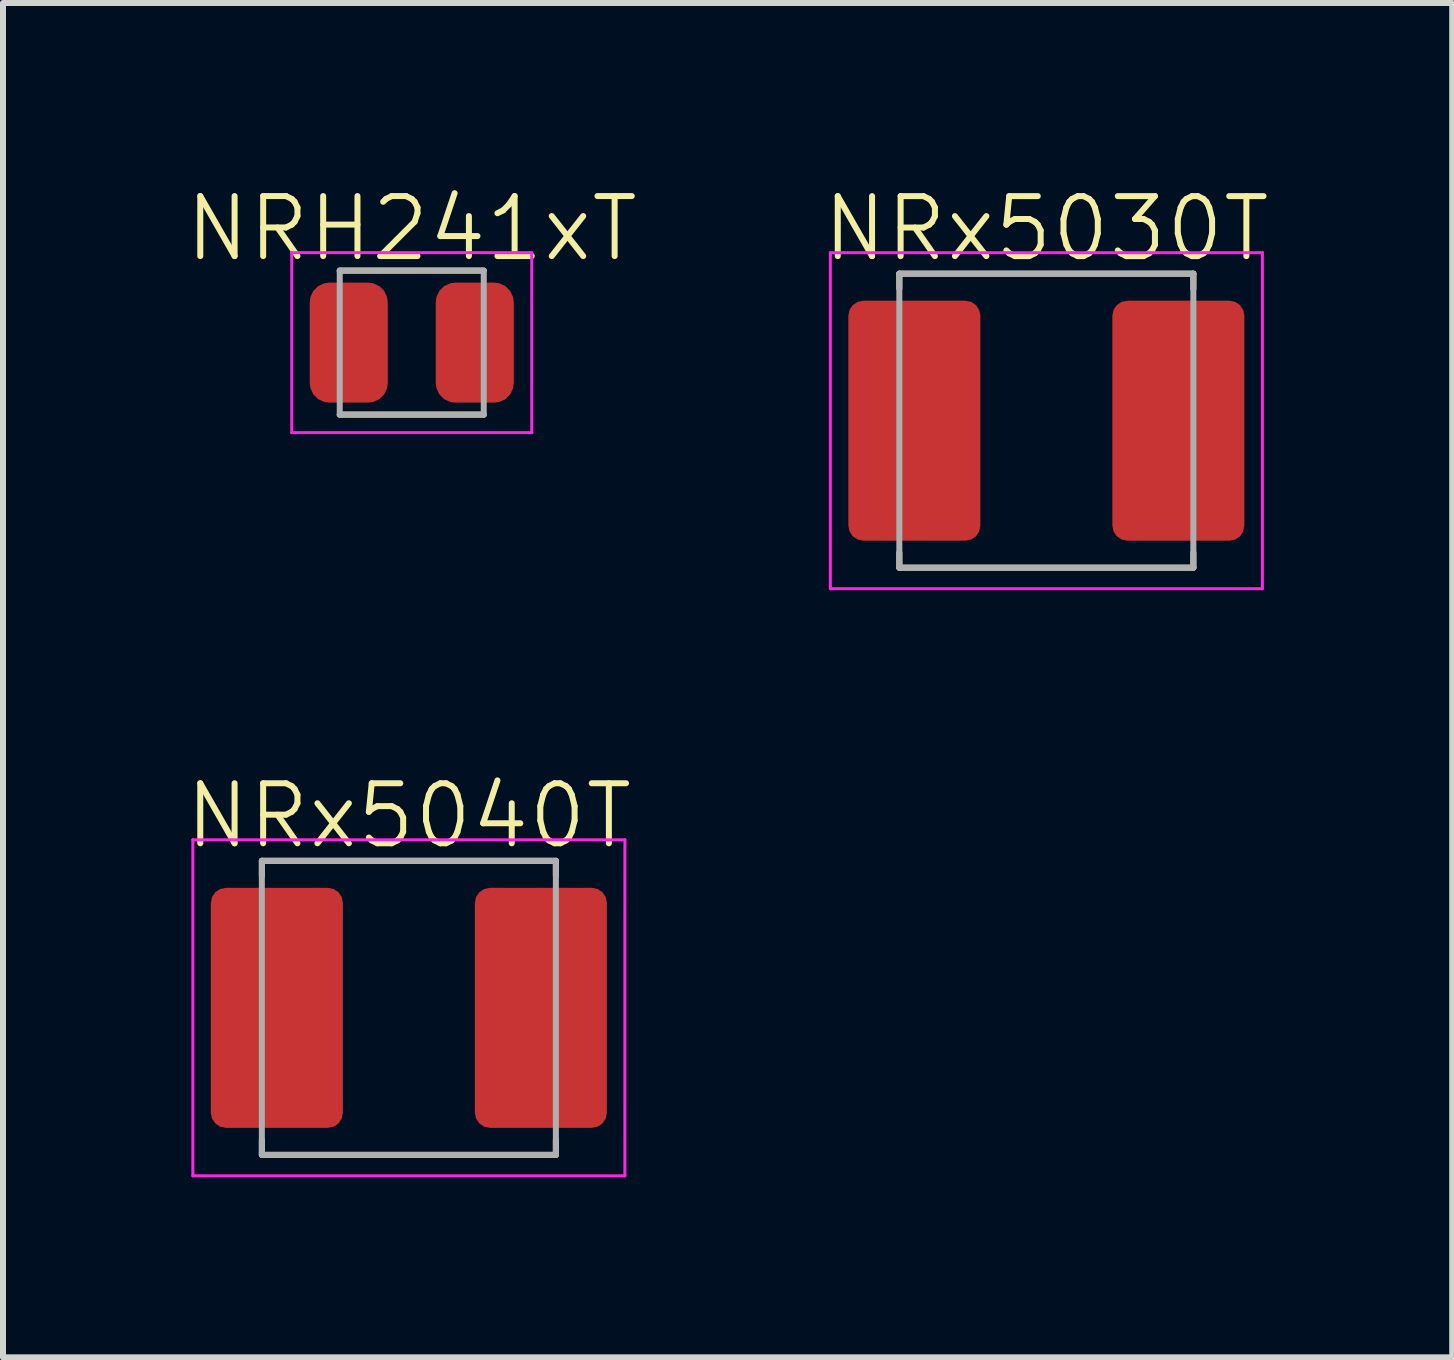
<source format=kicad_pcb>
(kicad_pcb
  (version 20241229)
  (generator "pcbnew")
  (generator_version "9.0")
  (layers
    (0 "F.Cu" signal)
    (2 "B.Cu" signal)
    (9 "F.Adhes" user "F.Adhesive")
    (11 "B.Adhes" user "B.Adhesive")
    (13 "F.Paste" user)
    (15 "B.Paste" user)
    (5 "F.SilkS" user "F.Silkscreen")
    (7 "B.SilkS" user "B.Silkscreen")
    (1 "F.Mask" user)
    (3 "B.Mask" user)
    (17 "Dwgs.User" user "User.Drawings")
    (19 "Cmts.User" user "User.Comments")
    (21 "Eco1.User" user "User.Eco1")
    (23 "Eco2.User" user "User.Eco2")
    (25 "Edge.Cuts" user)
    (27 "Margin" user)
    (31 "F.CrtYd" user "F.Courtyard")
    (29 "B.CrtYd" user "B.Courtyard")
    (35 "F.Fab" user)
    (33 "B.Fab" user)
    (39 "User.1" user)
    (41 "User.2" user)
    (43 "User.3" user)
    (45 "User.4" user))
  (footprint "NRx5030T"
    (layer "F.Cu")
    (at 14.388 3.961)
    (property "Reference" "NRx5030T" (at 0 -3.2 0) (unlocked yes) (layer "F.SilkS") (effects (font (size 1 1) (thickness 0.1))))
    (attr smd)
    (fp_line (start -2.45 -2.45) (end 2.45 -2.45) (stroke (width 0.1) (type solid)) (layer "F.SilkS"))
    (fp_line (start -2.45 -2.2) (end -2.45 -2.45) (stroke (width 0.1) (type solid)) (layer "F.SilkS"))
    (fp_line (start -2.45 2.2) (end -2.45 2.45) (stroke (width 0.1) (type solid)) (layer "F.SilkS"))
    (fp_line (start -2.45 2.45) (end 2.45 2.45) (stroke (width 0.1) (type solid)) (layer "F.SilkS"))
    (fp_line (start 2.45 -2.45) (end 2.45 -2.2) (stroke (width 0.1) (type solid)) (layer "F.SilkS"))
    (fp_line (start 2.45 2.45) (end 2.45 2.2) (stroke (width 0.1) (type solid)) (layer "F.SilkS"))
    (fp_rect (start -1.15 -1.15) (end -1.35 -0.95) (stroke (width 0.1) (type solid)) (fill yes) (layer "F.Paste"))
    (fp_rect (start -1.15 0.95) (end -1.35 1.15) (stroke (width 0.1) (type solid)) (fill yes) (layer "F.Paste"))
    (fp_rect (start 1.35 -1.15) (end 1.15 -0.95) (stroke (width 0.1) (type solid)) (fill yes) (layer "F.Paste"))
    (fp_rect (start 1.35 0.95) (end 1.15 1.15) (stroke (width 0.1) (type solid)) (fill yes) (layer "F.Paste"))
    (fp_poly (pts (xy -1.35 -1.15) (xy -2.4 -1.15) (xy -2.4 1.15) (xy -1.35 1.15) (xy -1.35 1.75) (xy -3.05 1.75) (xy -3.05 -1.75) (xy -1.35 -1.75)) (stroke (width 0.5) (type solid)) (fill yes) (layer "F.Paste"))
    (fp_poly (pts (xy 1.35 1.15) (xy 2.4 1.15) (xy 2.4 -1.15) (xy 1.35 -1.15) (xy 1.35 -1.75) (xy 3.05 -1.75) (xy 3.05 1.75) (xy 1.35 1.75)) (stroke (width 0.5) (type solid)) (fill yes) (layer "F.Paste"))
    (fp_line (start -3.6 -2.8) (end -3.6 2.8) (stroke (width 0.05) (type solid)) (layer "F.CrtYd"))
    (fp_line (start -3.6 2.8) (end 3.6 2.8) (stroke (width 0.05) (type solid)) (layer "F.CrtYd"))
    (fp_line (start 3.6 -2.8) (end -3.6 -2.8) (stroke (width 0.05) (type solid)) (layer "F.CrtYd"))
    (fp_line (start 3.6 2.8) (end 3.6 -2.8) (stroke (width 0.05) (type solid)) (layer "F.CrtYd"))
    (fp_line (start -2.45 -2.45) (end 2.45 -2.45) (stroke (width 0.1) (type solid)) (layer "F.Fab"))
    (fp_line (start -2.45 2.45) (end -2.45 -2.45) (stroke (width 0.1) (type solid)) (layer "F.Fab"))
    (fp_line (start 2.45 -2.45) (end 2.45 2.45) (stroke (width 0.1) (type solid)) (layer "F.Fab"))
    (fp_line (start 2.45 2.45) (end -2.45 2.45) (stroke (width 0.1) (type solid)) (layer "F.Fab"))
    (pad "1" smd roundrect (at -2.2 0) (size 2.2 4) (layers "F.Cu" "F.Mask") (roundrect_rratio 0.114))
    (pad "2" smd roundrect (at 2.2 0) (size 2.2 4) (layers "F.Cu" "F.Mask") (roundrect_rratio 0.114)))
  (footprint "NRH241xT"
    (layer "F.Cu")
    (at 3.812 2.66)
    (property "Reference" "NRH241xT" (at 0 -1.9 0) (unlocked yes) (layer "F.SilkS") (effects (font (size 1 1) (thickness 0.1))))
    (attr smd)
    (fp_line (start -1.2 -1.2) (end 1.2 -1.2) (stroke (width 0.1) (type solid)) (layer "F.SilkS"))
    (fp_line (start 1.2 1.2) (end -1.2 1.2) (stroke (width 0.1) (type solid)) (layer "F.SilkS"))
    (fp_rect (start -0.45 -0.35) (end -0.75 -0.65) (stroke (width 0.1) (type solid)) (fill yes) (layer "F.Paste"))
    (fp_rect (start -0.45 0.65) (end -0.75 0.35) (stroke (width 0.1) (type solid)) (fill yes) (layer "F.Paste"))
    (fp_rect (start 0.45 -0.65) (end 0.75 -0.35) (stroke (width 0.1) (type solid)) (fill yes) (layer "F.Paste"))
    (fp_rect (start 0.45 0.35) (end 0.75 0.65) (stroke (width 0.1) (type solid)) (fill yes) (layer "F.Paste"))
    (fp_poly (pts (xy -0.725 -0.625) (xy -1.225 -0.625) (xy -1.225 0.625) (xy -0.725 0.625) (xy -0.725 0.675) (xy -1.375 0.675) (xy -1.375 -0.675) (xy -0.725 -0.675)) (stroke (width 0.65) (type solid)) (fill yes) (layer "F.Paste"))
    (fp_poly (pts (xy 0.725 0.625) (xy 1.225 0.625) (xy 1.225 -0.625) (xy 0.725 -0.625) (xy 0.725 -0.675) (xy 1.375 -0.675) (xy 1.375 0.675) (xy 0.725 0.675)) (stroke (width 0.65) (type solid)) (fill yes) (layer "F.Paste"))
    (fp_line (start -2 -1.5) (end -2 1.5) (stroke (width 0.05) (type solid)) (layer "F.CrtYd"))
    (fp_line (start -2 1.5) (end 2 1.5) (stroke (width 0.05) (type solid)) (layer "F.CrtYd"))
    (fp_line (start 2 -1.5) (end -2 -1.5) (stroke (width 0.05) (type solid)) (layer "F.CrtYd"))
    (fp_line (start 2 1.5) (end 2 -1.5) (stroke (width 0.05) (type solid)) (layer "F.CrtYd"))
    (fp_line (start -1.2 -1.2) (end 1.2 -1.2) (stroke (width 0.1) (type solid)) (layer "F.Fab"))
    (fp_line (start -1.2 1.2) (end -1.2 -1.2) (stroke (width 0.1) (type solid)) (layer "F.Fab"))
    (fp_line (start 1.2 -1.2) (end 1.2 1.2) (stroke (width 0.1) (type solid)) (layer "F.Fab"))
    (fp_line (start 1.2 1.2) (end -1.2 1.2) (stroke (width 0.1) (type solid)) (layer "F.Fab"))
    (pad "1" smd roundrect (at -1.05 0) (size 1.3 2) (layers "F.Cu" "F.Mask") (roundrect_rratio 0.25))
    (pad "2" smd roundrect (at 1.05 0) (size 1.3 2) (layers "F.Cu" "F.Mask") (roundrect_rratio 0.25)))
  (footprint "NRx5040T"
    (layer "F.Cu")
    (at 3.764 13.746)
    (property "Reference" "NRx5040T" (at 0 -3.2 0) (unlocked yes) (layer "F.SilkS") (effects (font (size 1 1) (thickness 0.1))))
    (attr smd)
    (fp_line (start -2.45 -2.45) (end 2.45 -2.45) (stroke (width 0.1) (type solid)) (layer "F.SilkS"))
    (fp_line (start -2.45 -2.2) (end -2.45 -2.45) (stroke (width 0.1) (type solid)) (layer "F.SilkS"))
    (fp_line (start -2.45 2.2) (end -2.45 2.45) (stroke (width 0.1) (type solid)) (layer "F.SilkS"))
    (fp_line (start -2.45 2.45) (end 2.45 2.45) (stroke (width 0.1) (type solid)) (layer "F.SilkS"))
    (fp_line (start 2.45 -2.45) (end 2.45 -2.2) (stroke (width 0.1) (type solid)) (layer "F.SilkS"))
    (fp_line (start 2.45 2.45) (end 2.45 2.2) (stroke (width 0.1) (type solid)) (layer "F.SilkS"))
    (fp_rect (start -1.15 -1.15) (end -1.35 -0.95) (stroke (width 0.1) (type solid)) (fill yes) (layer "F.Paste"))
    (fp_rect (start -1.15 0.95) (end -1.35 1.15) (stroke (width 0.1) (type solid)) (fill yes) (layer "F.Paste"))
    (fp_rect (start 1.35 -1.15) (end 1.15 -0.95) (stroke (width 0.1) (type solid)) (fill yes) (layer "F.Paste"))
    (fp_rect (start 1.35 0.95) (end 1.15 1.15) (stroke (width 0.1) (type solid)) (fill yes) (layer "F.Paste"))
    (fp_poly (pts (xy -1.35 -1.15) (xy -2.4 -1.15) (xy -2.4 1.15) (xy -1.35 1.15) (xy -1.35 1.75) (xy -3.05 1.75) (xy -3.05 -1.75) (xy -1.35 -1.75)) (stroke (width 0.5) (type solid)) (fill yes) (layer "F.Paste"))
    (fp_poly (pts (xy 1.35 1.15) (xy 2.4 1.15) (xy 2.4 -1.15) (xy 1.35 -1.15) (xy 1.35 -1.75) (xy 3.05 -1.75) (xy 3.05 1.75) (xy 1.35 1.75)) (stroke (width 0.5) (type solid)) (fill yes) (layer "F.Paste"))
    (fp_line (start -3.6 -2.8) (end -3.6 2.8) (stroke (width 0.05) (type solid)) (layer "F.CrtYd"))
    (fp_line (start -3.6 2.8) (end 3.6 2.8) (stroke (width 0.05) (type solid)) (layer "F.CrtYd"))
    (fp_line (start 3.6 -2.8) (end -3.6 -2.8) (stroke (width 0.05) (type solid)) (layer "F.CrtYd"))
    (fp_line (start 3.6 2.8) (end 3.6 -2.8) (stroke (width 0.05) (type solid)) (layer "F.CrtYd"))
    (fp_line (start -2.45 -2.45) (end 2.45 -2.45) (stroke (width 0.1) (type solid)) (layer "F.Fab"))
    (fp_line (start -2.45 2.45) (end -2.45 -2.45) (stroke (width 0.1) (type solid)) (layer "F.Fab"))
    (fp_line (start 2.45 -2.45) (end 2.45 2.45) (stroke (width 0.1) (type solid)) (layer "F.Fab"))
    (fp_line (start 2.45 2.45) (end -2.45 2.45) (stroke (width 0.1) (type solid)) (layer "F.Fab"))
    (pad "1" smd roundrect (at -2.2 0) (size 2.2 4) (layers "F.Cu" "F.Mask") (roundrect_rratio 0.114))
    (pad "2" smd roundrect (at 2.2 0) (size 2.2 4) (layers "F.Cu" "F.Mask") (roundrect_rratio 0.114)))
  (gr_rect
    (start -3 -3)
    (end 21.152 19.571)
    (stroke (width 0.1) (type default))
    (fill no)
    (layer "Edge.Cuts")))
</source>
